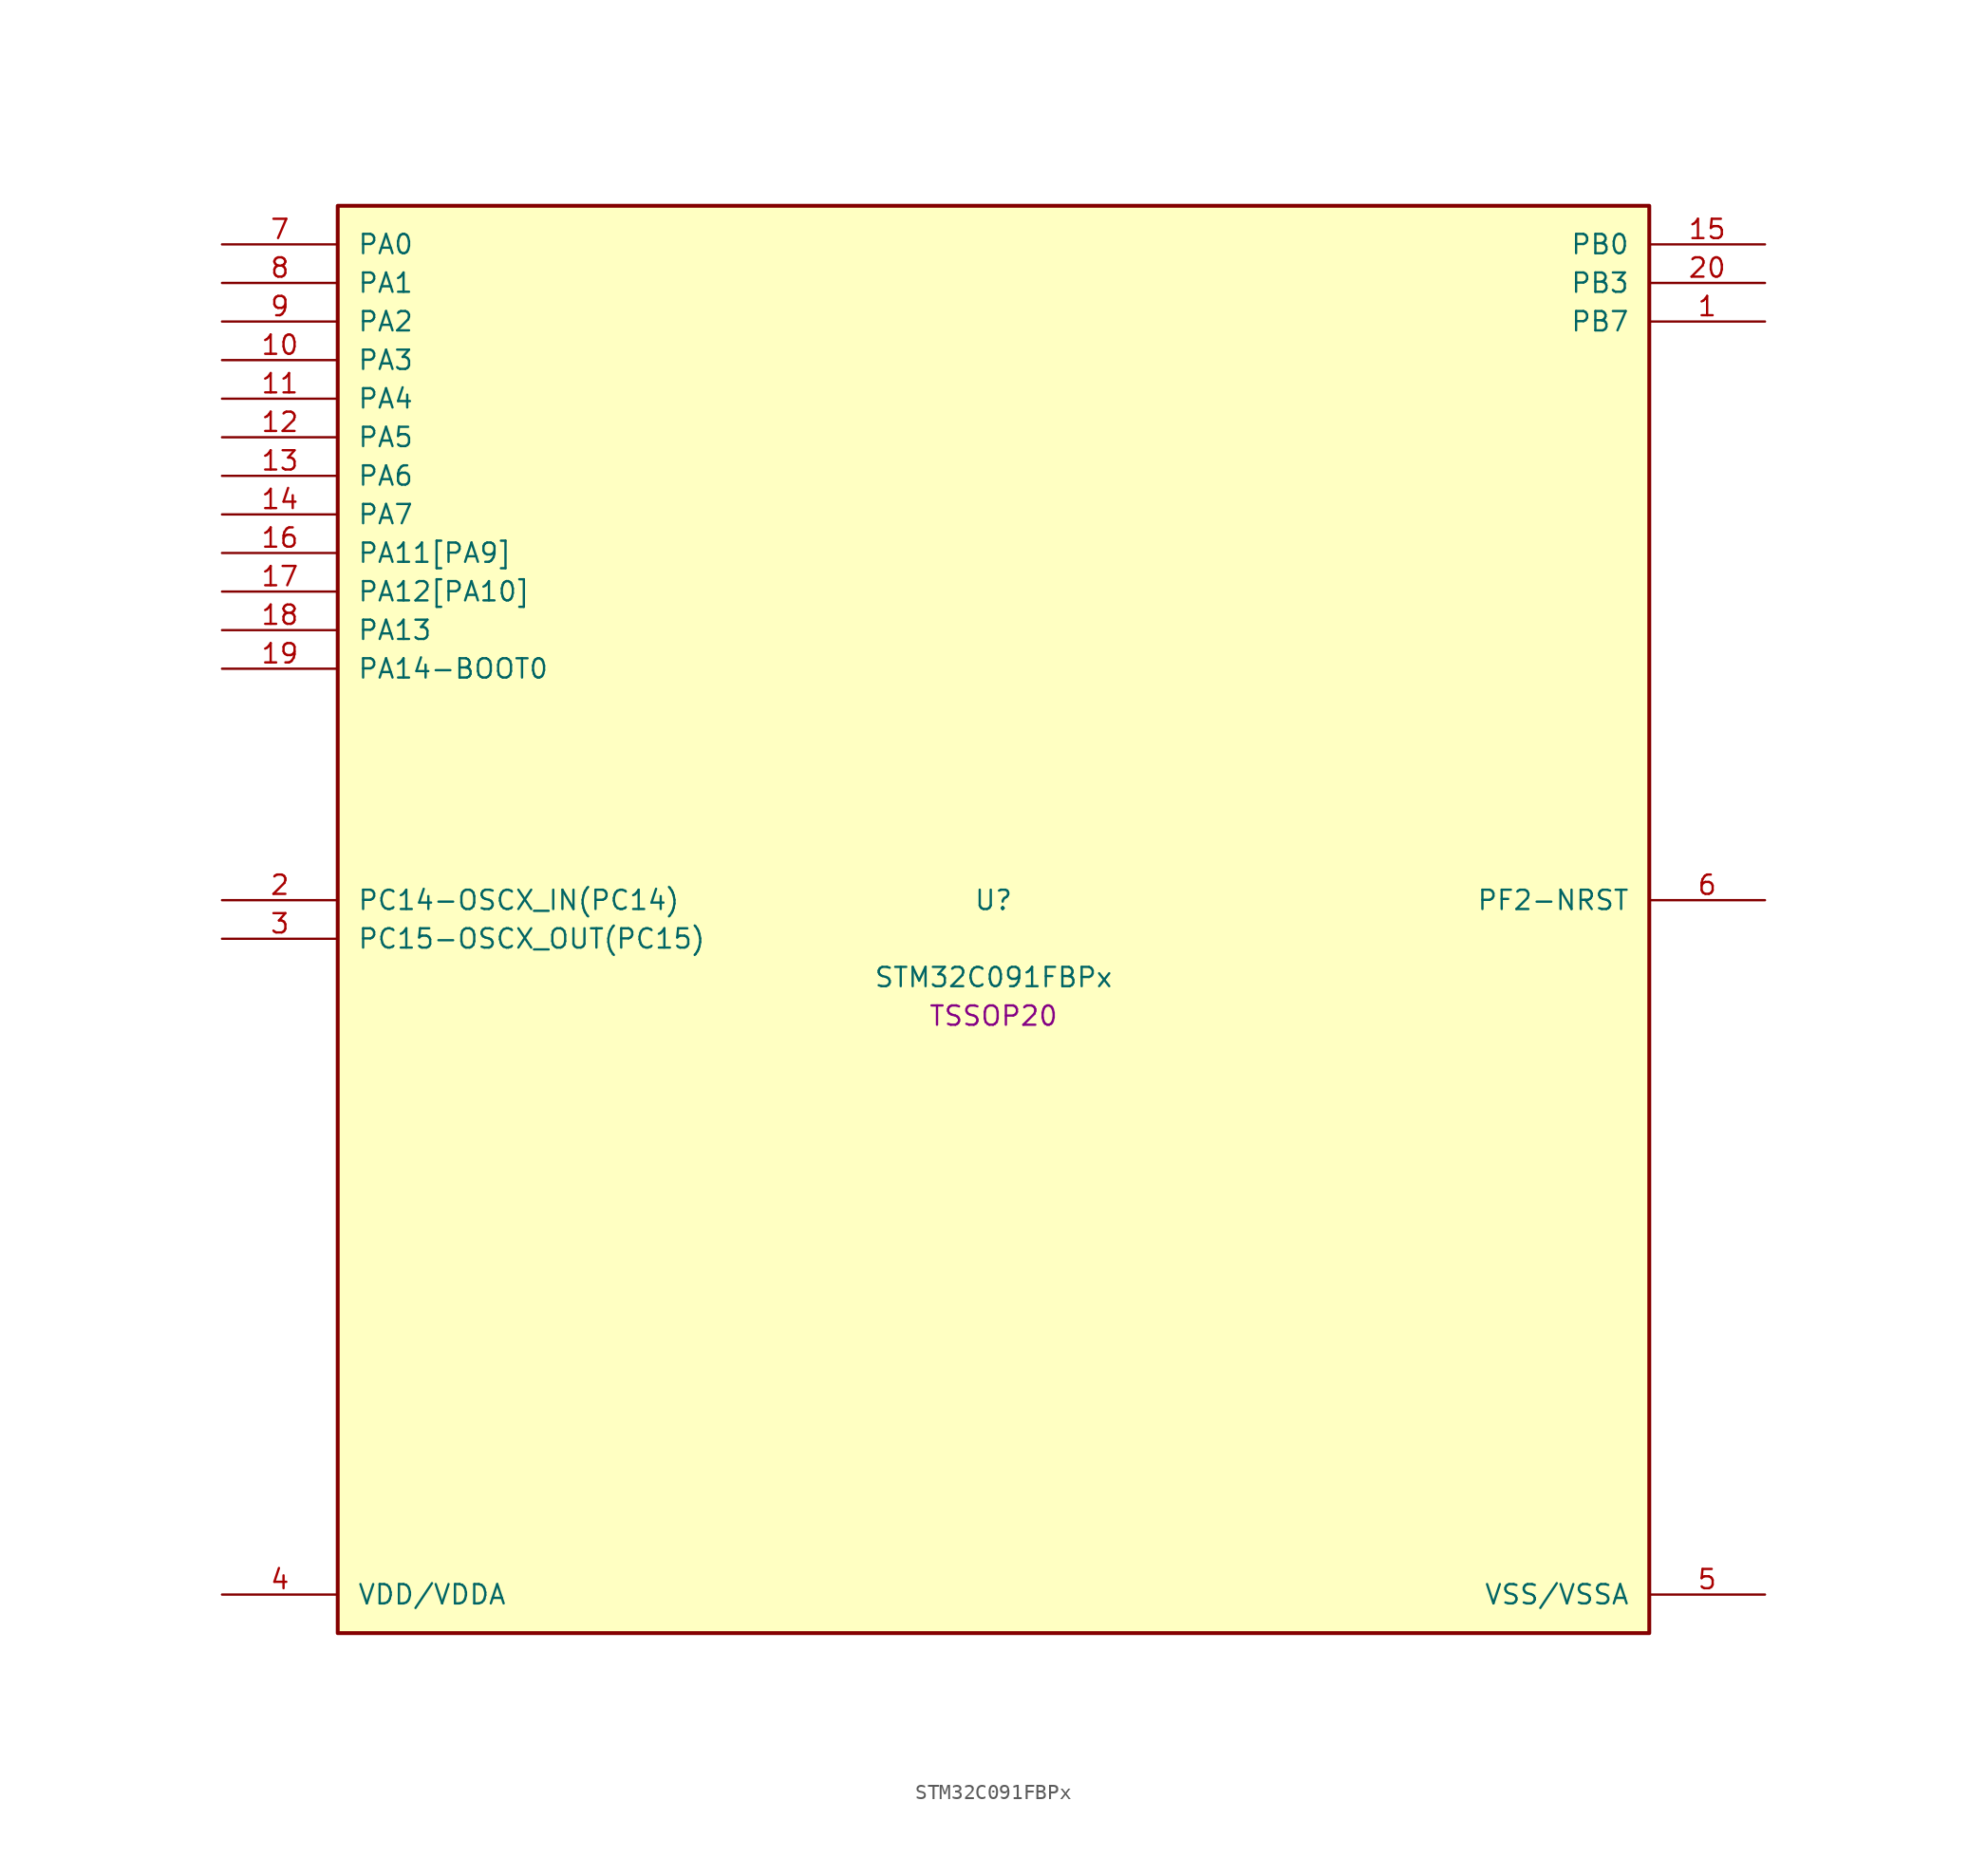
<source format=kicad_sym>
(kicad_symbol_lib
  (version 20241209)
  (generator "stm32_pkl_generator")
  (generator_version "1.0")
  (symbol "STM32C091FBPx"
    (pin_names
      (offset 1.27))
    (property "Reference" "U"
      (at 0 2.54 0))
    (property "Value" "STM32C091FBPx"
      (at 0 -2.54 0))
    (property "Footprint" "TSSOP20"
      (at 0 -5.08 0))
    (symbol "STM32C091FBPx_1_1"
      (rectangle (start -43.18 48.26) (end 43.18 -45.72) (stroke (width 0.254) (type solid)) (fill (type background)))
      (pin bidirectional line (at -50.8 45.72 0) (length 7.62) (name "PA0") (number "7") (alternate "PA0/ADC1_IN0" bidirectional line) (alternate "PA0/PWR_WKUP1" bidirectional line) (alternate "PA0/SPI2_SCK" bidirectional line) (alternate "PA0/TIM16_CH1" bidirectional line) (alternate "PA0/TIM1_CH1" bidirectional line) (alternate "PA0/TIM2_CH1" bidirectional line) (alternate "PA0/TIM2_ETR" bidirectional line) (alternate "PA0/USART1_TX" bidirectional line) (alternate "PA0/USART2_CTS" bidirectional line) (alternate "PA0/USART2_NSS" bidirectional line) (alternate "PA0/USART4_TX" bidirectional line))
      (pin bidirectional line (at -50.8 43.18 0) (length 7.62) (name "PA1") (number "8") (alternate "PA1/ADC1_IN1" bidirectional line) (alternate "PA1/I2C1_SMBA" bidirectional line) (alternate "PA1/I2S1_CK" bidirectional line) (alternate "PA1/SPI1_SCK" bidirectional line) (alternate "PA1/TIM15_CH1N" bidirectional line) (alternate "PA1/TIM17_CH1" bidirectional line) (alternate "PA1/TIM1_CH2" bidirectional line) (alternate "PA1/TIM2_CH2" bidirectional line) (alternate "PA1/USART1_RX" bidirectional line) (alternate "PA1/USART2_CK" bidirectional line) (alternate "PA1/USART2_DE" bidirectional line) (alternate "PA1/USART2_RTS" bidirectional line) (alternate "PA1/USART4_RX" bidirectional line))
      (pin bidirectional line (at -50.8 40.64 0) (length 7.62) (name "PA2") (number "9") (alternate "PA2/ADC1_IN2" bidirectional line) (alternate "PA2/I2S1_SD" bidirectional line) (alternate "PA2/PWR_WKUP4" bidirectional line) (alternate "PA2/RCC_LSCO" bidirectional line) (alternate "PA2/SPI1_MOSI" bidirectional line) (alternate "PA2/TIM15_CH1" bidirectional line) (alternate "PA2/TIM16_CH1N" bidirectional line) (alternate "PA2/TIM1_CH3" bidirectional line) (alternate "PA2/TIM2_CH3" bidirectional line) (alternate "PA2/TIM3_ETR" bidirectional line) (alternate "PA2/USART2_TX" bidirectional line))
      (pin bidirectional line (at -50.8 38.1 0) (length 7.62) (name "PA3") (number "10") (alternate "PA3/ADC1_IN3" bidirectional line) (alternate "PA3/SPI2_MISO" bidirectional line) (alternate "PA3/TIM15_CH2" bidirectional line) (alternate "PA3/TIM1_CH1N" bidirectional line) (alternate "PA3/TIM1_CH4" bidirectional line) (alternate "PA3/TIM2_CH4" bidirectional line) (alternate "PA3/USART2_RX" bidirectional line))
      (pin bidirectional line (at -50.8 35.56 0) (length 7.62) (name "PA4") (number "11") (alternate "PA4/ADC1_IN4" bidirectional line) (alternate "PA4/I2S1_WS" bidirectional line) (alternate "PA4/PWR_WKUP2" bidirectional line) (alternate "PA4/RTC_OUT1" bidirectional line) (alternate "PA4/RTC_TS" bidirectional line) (alternate "PA4/SPI1_NSS" bidirectional line) (alternate "PA4/SPI2_MOSI" bidirectional line) (alternate "PA4/TIM14_CH1" bidirectional line) (alternate "PA4/TIM17_CH1N" bidirectional line) (alternate "PA4/TIM1_CH2N" bidirectional line) (alternate "PA4/USART2_TX" bidirectional line))
      (pin bidirectional line (at -50.8 33.02 0) (length 7.62) (name "PA5") (number "12") (alternate "PA5/ADC1_IN5" bidirectional line) (alternate "PA5/I2S1_CK" bidirectional line) (alternate "PA5/SPI1_SCK" bidirectional line) (alternate "PA5/TIM1_CH1" bidirectional line) (alternate "PA5/TIM1_CH3N" bidirectional line) (alternate "PA5/TIM2_CH1" bidirectional line) (alternate "PA5/TIM2_ETR" bidirectional line) (alternate "PA5/USART2_RX" bidirectional line) (alternate "PA5/USART3_TX" bidirectional line))
      (pin bidirectional line (at -50.8 30.48 0) (length 7.62) (name "PA6") (number "13") (alternate "PA6/ADC1_IN6" bidirectional line) (alternate "PA6/I2C2_SDA" bidirectional line) (alternate "PA6/I2S1_MCK" bidirectional line) (alternate "PA6/SPI1_MISO" bidirectional line) (alternate "PA6/TIM16_CH1" bidirectional line) (alternate "PA6/TIM1_BKIN" bidirectional line) (alternate "PA6/TIM3_CH1" bidirectional line) (alternate "PA6/USART3_CTS" bidirectional line) (alternate "PA6/USART3_NSS" bidirectional line))
      (pin bidirectional line (at -50.8 27.94 0) (length 7.62) (name "PA7") (number "14") (alternate "PA7/ADC1_IN7" bidirectional line) (alternate "PA7/I2C2_SCL" bidirectional line) (alternate "PA7/I2S1_SD" bidirectional line) (alternate "PA7/SPI1_MOSI" bidirectional line) (alternate "PA7/TIM14_CH1" bidirectional line) (alternate "PA7/TIM17_CH1" bidirectional line) (alternate "PA7/TIM1_CH1N" bidirectional line) (alternate "PA7/TIM3_CH2" bidirectional line))
      (pin bidirectional line (at -50.8 25.4 0) (length 7.62) (name "PA11[PA9]") (number "16") (alternate "PA11[PA9]/ADC1_EXTI11" bidirectional line) (alternate "PA11[PA9]/I2C2_SCL" bidirectional line) (alternate "PA11[PA9]/I2S1_MCK" bidirectional line) (alternate "PA11[PA9]/SPI1_MISO" bidirectional line) (alternate "PA11[PA9]/TIM1_BKIN2" bidirectional line) (alternate "PA11[PA9]/TIM1_CH4" bidirectional line) (alternate "PA11[PA9]/USART1_CTS" bidirectional line) (alternate "PA11[PA9]/USART1_NSS" bidirectional line) (alternate "PA11[PA9]/PA9[PA11]" bidirectional line) (alternate "PA11[PA9]/I2C1_SCL" bidirectional line) (alternate "PA11[PA9]/RCC_MCO" bidirectional line) (alternate "PA11[PA9]/SPI2_MISO" bidirectional line) (alternate "PA11[PA9]/TIM15_BKIN" bidirectional line) (alternate "PA11[PA9]/TIM1_CH2" bidirectional line) (alternate "PA11[PA9]/TIM3_ETR" bidirectional line) (alternate "PA11[PA9]/USART1_TX" bidirectional line))
      (pin bidirectional line (at -50.8 22.86 0) (length 7.62) (name "PA12[PA10]") (number "17") (alternate "PA12[PA10]/I2C2_SDA" bidirectional line) (alternate "PA12[PA10]/I2S1_SD" bidirectional line) (alternate "PA12[PA10]/I2S_CKIN" bidirectional line) (alternate "PA12[PA10]/SPI1_MOSI" bidirectional line) (alternate "PA12[PA10]/TIM1_ETR" bidirectional line) (alternate "PA12[PA10]/USART1_CK" bidirectional line) (alternate "PA12[PA10]/USART1_DE" bidirectional line) (alternate "PA12[PA10]/USART1_RTS" bidirectional line) (alternate "PA12[PA10]/PA10[PA12]" bidirectional line) (alternate "PA12[PA10]/I2C1_SDA" bidirectional line) (alternate "PA12[PA10]/RCC_MCO_2" bidirectional line) (alternate "PA12[PA10]/SPI2_MOSI" bidirectional line) (alternate "PA12[PA10]/TIM17_BKIN" bidirectional line) (alternate "PA12[PA10]/TIM1_CH3" bidirectional line) (alternate "PA12[PA10]/USART1_RX" bidirectional line))
      (pin bidirectional line (at -50.8 20.32 0) (length 7.62) (name "PA13") (number "18") (alternate "PA13/ADC1_IN13" bidirectional line) (alternate "PA13/DEBUG_SWDIO" bidirectional line) (alternate "PA13/IR_OUT" bidirectional line) (alternate "PA13/TIM3_ETR" bidirectional line) (alternate "PA13/USART2_RX" bidirectional line))
      (pin bidirectional line (at -50.8 17.78 0) (length 7.62) (name "PA14-BOOT0") (number "19") (alternate "PA14-BOOT0/ADC1_IN14" bidirectional line) (alternate "PA14-BOOT0/BOOT0" bidirectional line) (alternate "PA14-BOOT0/DEBUG_SWCLK" bidirectional line) (alternate "PA14-BOOT0/I2S1_WS" bidirectional line) (alternate "PA14-BOOT0/RCC_MCO_2" bidirectional line) (alternate "PA14-BOOT0/SPI1_NSS" bidirectional line) (alternate "PA14-BOOT0/TIM1_CH1" bidirectional line) (alternate "PA14-BOOT0/USART1_CK" bidirectional line) (alternate "PA14-BOOT0/USART1_DE" bidirectional line) (alternate "PA14-BOOT0/USART1_RTS" bidirectional line) (alternate "PA14-BOOT0/USART2_RX" bidirectional line) (alternate "PA14-BOOT0/USART2_TX" bidirectional line) (alternate "PA14-BOOT0/PA15" bidirectional line) (alternate "PA14-BOOT0/TIM2_CH1" bidirectional line) (alternate "PA14-BOOT0/TIM2_ETR" bidirectional line) (alternate "PA14-BOOT0/USART3_CK" bidirectional line) (alternate "PA14-BOOT0/USART3_DE" bidirectional line) (alternate "PA14-BOOT0/USART3_RTS" bidirectional line) (alternate "PA14-BOOT0/USART4_CK" bidirectional line) (alternate "PA14-BOOT0/USART4_DE" bidirectional line) (alternate "PA14-BOOT0/USART4_RTS" bidirectional line))
      (pin bidirectional line (at 50.8 45.72 180) (length 7.62) (name "PB0") (number "15") (alternate "PB0/ADC1_IN17" bidirectional line) (alternate "PB0/I2S1_WS" bidirectional line) (alternate "PB0/SPI1_NSS" bidirectional line) (alternate "PB0/TIM1_CH2N" bidirectional line) (alternate "PB0/TIM3_CH3" bidirectional line) (alternate "PB0/USART3_RX" bidirectional line) (alternate "PB0/PB1" bidirectional line) (alternate "PB0/ADC1_IN18" bidirectional line) (alternate "PB0/TIM14_CH1" bidirectional line) (alternate "PB0/TIM1_CH3N" bidirectional line) (alternate "PB0/TIM3_CH4" bidirectional line) (alternate "PB0/USART3_CK" bidirectional line) (alternate "PB0/USART3_DE" bidirectional line) (alternate "PB0/USART3_RTS" bidirectional line) (alternate "PB0/PB2" bidirectional line) (alternate "PB0/ADC1_IN19" bidirectional line) (alternate "PB0/RCC_MCO_2" bidirectional line) (alternate "PB0/SPI2_MISO" bidirectional line) (alternate "PB0/USART1_RX" bidirectional line) (alternate "PB0/USART3_TX" bidirectional line) (alternate "PB0/PA8" bidirectional line) (alternate "PB0/ADC1_IN8" bidirectional line) (alternate "PB0/RCC_MCO" bidirectional line) (alternate "PB0/SPI2_NSS" bidirectional line) (alternate "PB0/TIM1_CH1" bidirectional line) (alternate "PB0/USART2_TX" bidirectional line))
      (pin bidirectional line (at 50.8 43.18 180) (length 7.62) (name "PB3") (number "20") (alternate "PB3/I2C2_SCL" bidirectional line) (alternate "PB3/I2S1_CK" bidirectional line) (alternate "PB3/SPI1_SCK" bidirectional line) (alternate "PB3/TIM1_CH2" bidirectional line) (alternate "PB3/TIM2_CH2" bidirectional line) (alternate "PB3/TIM3_CH2" bidirectional line) (alternate "PB3/USART1_CK" bidirectional line) (alternate "PB3/USART1_DE" bidirectional line) (alternate "PB3/USART1_RTS" bidirectional line) (alternate "PB3/PB4" bidirectional line) (alternate "PB3/I2C2_SDA" bidirectional line) (alternate "PB3/I2S1_MCK" bidirectional line) (alternate "PB3/SPI1_MISO" bidirectional line) (alternate "PB3/TIM17_BKIN" bidirectional line) (alternate "PB3/TIM3_CH1" bidirectional line) (alternate "PB3/USART1_CTS" bidirectional line) (alternate "PB3/USART1_NSS" bidirectional line) (alternate "PB3/PB5" bidirectional line) (alternate "PB3/I2C1_SMBA" bidirectional line) (alternate "PB3/I2S1_SD" bidirectional line) (alternate "PB3/PWR_WKUP6" bidirectional line) (alternate "PB3/SPI1_MOSI" bidirectional line) (alternate "PB3/TIM16_BKIN" bidirectional line) (alternate "PB3/TIM3_CH3" bidirectional line) (alternate "PB3/PB6" bidirectional line) (alternate "PB3/I2C1_SCL" bidirectional line) (alternate "PB3/PWR_WKUP3" bidirectional line) (alternate "PB3/SPI2_MISO" bidirectional line) (alternate "PB3/TIM16_CH1N" bidirectional line) (alternate "PB3/TIM1_CH3" bidirectional line) (alternate "PB3/USART1_TX" bidirectional line))
      (pin bidirectional line (at 50.8 40.64 180) (length 7.62) (name "PB7") (number "1") (alternate "PB7/I2C1_SCL" bidirectional line) (alternate "PB7/I2C1_SDA" bidirectional line) (alternate "PB7/RTC_REFIN" bidirectional line) (alternate "PB7/SPI2_MOSI" bidirectional line) (alternate "PB7/TIM16_CH1" bidirectional line) (alternate "PB7/TIM17_CH1N" bidirectional line) (alternate "PB7/TIM1_CH4" bidirectional line) (alternate "PB7/TIM3_CH1" bidirectional line) (alternate "PB7/TIM3_CH4" bidirectional line) (alternate "PB7/USART1_RX" bidirectional line) (alternate "PB7/USART2_CTS" bidirectional line) (alternate "PB7/USART2_NSS" bidirectional line) (alternate "PB7/USART4_CTS" bidirectional line) (alternate "PB7/USART4_NSS" bidirectional line) (alternate "PB7/PB8" bidirectional line) (alternate "PB7/SPI2_SCK" bidirectional line) (alternate "PB7/TIM15_BKIN" bidirectional line) (alternate "PB7/USART3_TX" bidirectional line))
      (pin bidirectional line (at -50.8 2.54 0) (length 7.62) (name "PC14-OSCX_IN(PC14)") (number "2") (alternate "PC14-OSCX_IN(PC14)/I2C1_SDA" bidirectional line) (alternate "PC14-OSCX_IN(PC14)/IR_OUT" bidirectional line) (alternate "PC14-OSCX_IN(PC14)/RCC_OSCX_IN" bidirectional line) (alternate "PC14-OSCX_IN(PC14)/SPI2_NSS" bidirectional line) (alternate "PC14-OSCX_IN(PC14)/TIM17_CH1" bidirectional line) (alternate "PC14-OSCX_IN(PC14)/TIM1_BKIN2" bidirectional line) (alternate "PC14-OSCX_IN(PC14)/TIM1_ETR" bidirectional line) (alternate "PC14-OSCX_IN(PC14)/TIM3_CH2" bidirectional line) (alternate "PC14-OSCX_IN(PC14)/USART1_TX" bidirectional line) (alternate "PC14-OSCX_IN(PC14)/USART2_CK" bidirectional line) (alternate "PC14-OSCX_IN(PC14)/USART2_DE" bidirectional line) (alternate "PC14-OSCX_IN(PC14)/USART2_RTS" bidirectional line) (alternate "PC14-OSCX_IN(PC14)/USART3_TX" bidirectional line))
      (pin bidirectional line (at -50.8 0 0) (length 7.62) (name "PC15-OSCX_OUT(PC15)") (number "3") (alternate "PC15-OSCX_OUT(PC15)/RCC_OSC32_EN" bidirectional line) (alternate "PC15-OSCX_OUT(PC15)/RCC_OSCX_OUT" bidirectional line) (alternate "PC15-OSCX_OUT(PC15)/RCC_OSC_EN" bidirectional line) (alternate "PC15-OSCX_OUT(PC15)/TIM15_BKIN" bidirectional line) (alternate "PC15-OSCX_OUT(PC15)/TIM1_ETR" bidirectional line) (alternate "PC15-OSCX_OUT(PC15)/TIM3_CH3" bidirectional line))
      (pin bidirectional line (at 50.8 2.54 180) (length 7.62) (name "PF2-NRST") (number "6") (alternate "PF2-NRST/RCC_MCO" bidirectional line) (alternate "PF2-NRST/TIM1_CH4" bidirectional line))
      (pin power_in line (at -50.8 -43.18 0) (length 7.62) (name "VDD/VDDA") (number "4"))
      (pin power_in line (at 50.8 -43.18 180) (length 7.62) (name "VSS/VSSA") (number "5")))))
</source>
